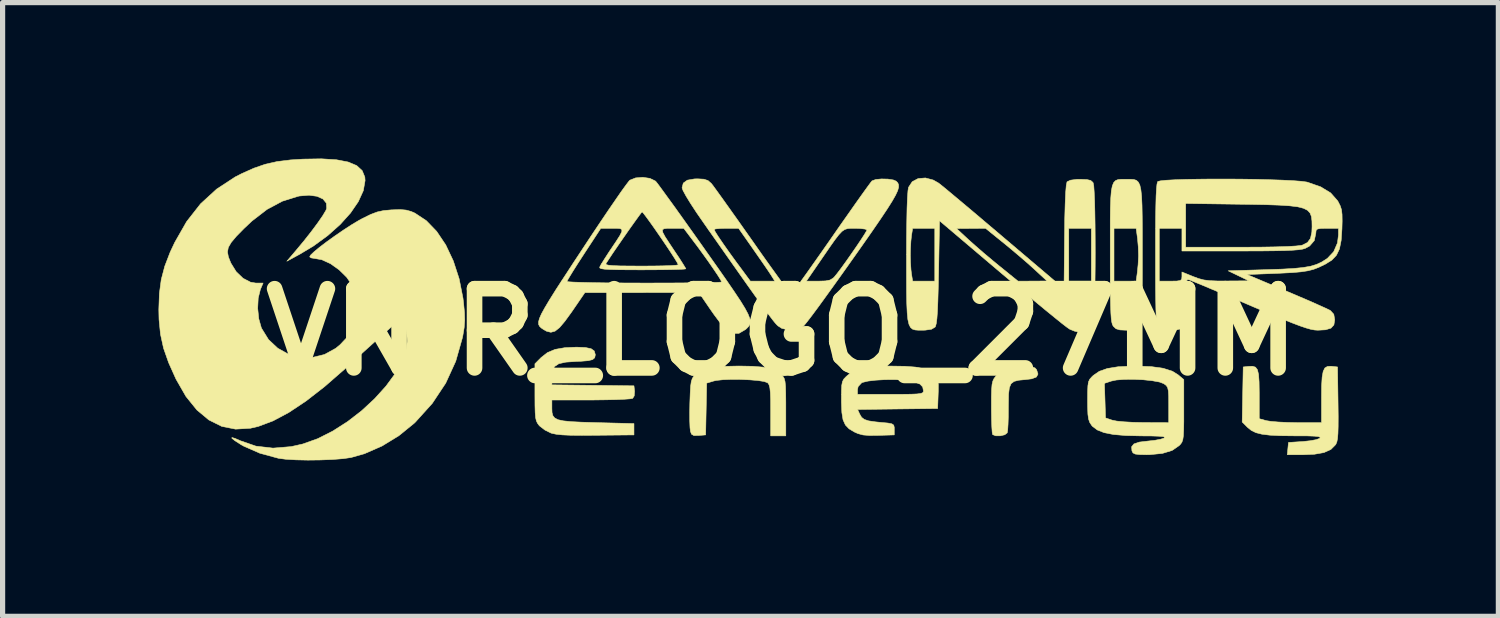
<source format=kicad_pcb>
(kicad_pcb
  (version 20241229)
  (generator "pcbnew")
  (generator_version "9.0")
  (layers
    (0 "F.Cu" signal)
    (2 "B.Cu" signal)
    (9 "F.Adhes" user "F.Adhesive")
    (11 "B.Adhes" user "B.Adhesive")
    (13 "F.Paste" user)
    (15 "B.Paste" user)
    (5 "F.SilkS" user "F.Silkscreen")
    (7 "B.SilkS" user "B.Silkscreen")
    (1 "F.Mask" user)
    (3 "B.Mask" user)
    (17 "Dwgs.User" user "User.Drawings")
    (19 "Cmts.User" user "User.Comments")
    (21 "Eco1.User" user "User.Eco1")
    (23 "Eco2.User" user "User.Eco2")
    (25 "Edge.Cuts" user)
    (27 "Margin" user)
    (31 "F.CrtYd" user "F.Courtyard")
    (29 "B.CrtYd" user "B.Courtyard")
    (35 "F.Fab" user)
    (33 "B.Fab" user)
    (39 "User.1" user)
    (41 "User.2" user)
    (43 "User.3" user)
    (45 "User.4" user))
  (footprint "AVNIR_LOGO_27MM"
    (layer "F.Cu")
    (at 11.34 3.338)
    (property "Reference" "AVNIR_LOGO_27MM" (at 0 0 0) (layer "F.SilkS") (effects (font (size 1.524 1.524) (thickness 0.3))))
    (attr through_hole)
    (fp_poly (pts (xy 5.425 0.656) (xy 5.52 0.69) (xy 5.55 0.723) (xy 5.577 0.807) (xy 5.547 0.864) (xy 5.456 0.899) (xy 5.335 0.914) (xy 5.206 0.926) (xy 5.116 0.949) (xy 5.059 0.993) (xy 5.026 1.071) (xy 5.011 1.194) (xy 5.008 1.374) (xy 5.007 1.453) (xy 5.006 1.626) (xy 5.001 1.777) (xy 4.994 1.887) (xy 4.985 1.938) (xy 4.938 1.975) (xy 4.854 1.995) (xy 4.764 1.995) (xy 4.705 1.972) (xy 4.696 1.928) (xy 4.689 1.826) (xy 4.684 1.68) (xy 4.681 1.503) (xy 4.681 1.448) (xy 4.681 1.248) (xy 4.685 1.106) (xy 4.693 1.009) (xy 4.708 0.943) (xy 4.731 0.894) (xy 4.766 0.848) (xy 4.771 0.842) (xy 4.865 0.766) (xy 4.996 0.707) (xy 5.145 0.667) (xy 5.294 0.649) (xy 5.425 0.656)) (stroke (width 0.01) (type solid)) (fill yes) (layer "F.SilkS"))
    (fp_poly (pts (xy -0.174 0.653) (xy 0.086 0.658) (xy 0.285 0.674) (xy 0.435 0.703) (xy 0.547 0.748) (xy 0.632 0.811) (xy 0.64 0.818) (xy 0.673 0.854) (xy 0.696 0.894) (xy 0.711 0.951) (xy 0.72 1.037) (xy 0.724 1.165) (xy 0.726 1.347) (xy 0.726 1.45) (xy 0.726 1.996) (xy 0.435 1.996) (xy 0.435 1.51) (xy 0.434 1.307) (xy 0.429 1.165) (xy 0.419 1.071) (xy 0.403 1.013) (xy 0.38 0.979) (xy 0.376 0.975) (xy 0.311 0.951) (xy 0.192 0.932) (xy 0.035 0.919) (xy -0.141 0.911) (xy -0.319 0.91) (xy -0.481 0.916) (xy -0.61 0.93) (xy -0.66 0.941) (xy -0.796 0.982) (xy -0.806 1.48) (xy -0.816 1.978) (xy -0.951 1.989) (xy -1.043 1.99) (xy -1.088 1.964) (xy -1.109 1.908) (xy -1.117 1.837) (xy -1.122 1.711) (xy -1.123 1.548) (xy -1.12 1.365) (xy -1.12 1.364) (xy -1.113 1.173) (xy -1.105 1.04) (xy -1.092 0.951) (xy -1.072 0.891) (xy -1.042 0.845) (xy -1.022 0.823) (xy -0.938 0.757) (xy -0.821 0.708) (xy -0.662 0.676) (xy -0.45 0.659) (xy -0.177 0.653) (xy -0.174 0.653)) (stroke (width 0.01) (type solid)) (fill yes) (layer "F.SilkS"))
    (fp_poly (pts (xy 9.761 0.675) (xy 9.798 0.724) (xy 9.82 0.815) (xy 9.83 0.957) (xy 9.833 1.159) (xy 9.833 1.2) (xy 9.833 1.666) (xy 9.97 1.704) (xy 10.059 1.718) (xy 10.201 1.73) (xy 10.376 1.738) (xy 10.566 1.742) (xy 10.568 1.742) (xy 11.031 1.742) (xy 11.031 1.259) (xy 11.033 1.031) (xy 11.043 0.867) (xy 11.063 0.757) (xy 11.095 0.691) (xy 11.145 0.661) (xy 11.214 0.657) (xy 11.232 0.659) (xy 11.339 0.671) (xy 11.349 1.375) (xy 11.352 1.626) (xy 11.351 1.815) (xy 11.347 1.952) (xy 11.339 2.048) (xy 11.326 2.113) (xy 11.307 2.158) (xy 11.301 2.167) (xy 11.212 2.257) (xy 11.079 2.317) (xy 10.893 2.35) (xy 10.685 2.359) (xy 10.373 2.359) (xy 10.384 2.241) (xy 10.396 2.123) (xy 10.675 2.105) (xy 10.815 2.09) (xy 10.929 2.069) (xy 10.995 2.045) (xy 11 2.041) (xy 11.005 2.023) (xy 10.972 2.01) (xy 10.893 2.002) (xy 10.76 1.997) (xy 10.565 1.996) (xy 10.503 1.996) (xy 10.24 1.993) (xy 10.037 1.983) (xy 9.884 1.964) (xy 9.769 1.935) (xy 9.681 1.892) (xy 9.608 1.833) (xy 9.601 1.826) (xy 9.505 1.73) (xy 9.515 1.201) (xy 9.525 0.671) (xy 9.627 0.66) (xy 9.705 0.657) (xy 9.761 0.675)) (stroke (width 0.01) (type solid)) (fill yes) (layer "F.SilkS"))
    (fp_poly (pts (xy -3.129 0.297) (xy -3.019 0.32) (xy -2.959 0.363) (xy -2.939 0.431) (xy -2.939 0.441) (xy -2.95 0.494) (xy -2.991 0.529) (xy -3.074 0.55) (xy -3.212 0.561) (xy -3.309 0.565) (xy -3.505 0.578) (xy -3.64 0.608) (xy -3.723 0.663) (xy -3.764 0.749) (xy -3.774 0.853) (xy -3.774 1.015) (xy -2.985 1.024) (xy -2.195 1.034) (xy -2.183 1.139) (xy -2.19 1.227) (xy -2.22 1.275) (xy -2.269 1.284) (xy -2.38 1.292) (xy -2.539 1.299) (xy -2.737 1.303) (xy -2.961 1.306) (xy -3.021 1.306) (xy -3.774 1.306) (xy -3.774 1.468) (xy -3.771 1.547) (xy -3.755 1.608) (xy -3.719 1.653) (xy -3.655 1.686) (xy -3.552 1.708) (xy -3.403 1.723) (xy -3.2 1.733) (xy -2.933 1.741) (xy -2.903 1.742) (xy -2.195 1.76) (xy -2.195 1.978) (xy -2.921 1.985) (xy -3.197 1.987) (xy -3.41 1.985) (xy -3.57 1.978) (xy -3.686 1.966) (xy -3.769 1.949) (xy -3.792 1.942) (xy -3.907 1.885) (xy -4.005 1.81) (xy -4.019 1.796) (xy -4.05 1.755) (xy -4.072 1.709) (xy -4.087 1.646) (xy -4.095 1.552) (xy -4.099 1.415) (xy -4.1 1.221) (xy -4.1 1.155) (xy -4.1 0.61) (xy -3.981 0.49) (xy -3.86 0.395) (xy -3.712 0.333) (xy -3.523 0.3) (xy -3.3 0.29) (xy -3.129 0.297)) (stroke (width 0.01) (type solid)) (fill yes) (layer "F.SilkS"))
    (fp_poly (pts (xy 7.285 -2.939) (xy 7.36 -2.939) (xy 7.421 -2.935) (xy 7.47 -2.919) (xy 7.507 -2.885) (xy 7.536 -2.828) (xy 7.556 -2.739) (xy 7.57 -2.613) (xy 7.578 -2.442) (xy 7.582 -2.221) (xy 7.584 -1.942) (xy 7.584 -1.599) (xy 7.584 -1.488) (xy 7.584 -1.125) (xy 7.583 -0.829) (xy 7.58 -0.591) (xy 7.573 -0.407) (xy 7.561 -0.268) (xy 7.542 -0.17) (xy 7.516 -0.104) (xy 7.48 -0.064) (xy 7.433 -0.044) (xy 7.375 -0.037) (xy 7.303 -0.036) (xy 7.275 -0.036) (xy 7.152 -0.042) (xy 7.078 -0.064) (xy 7.028 -0.11) (xy 7.023 -0.117) (xy 7.008 -0.147) (xy 6.996 -0.193) (xy 6.986 -0.264) (xy 6.979 -0.366) (xy 6.974 -0.506) (xy 6.97 -0.692) (xy 6.968 -0.93) (xy 6.967 -1.228) (xy 6.967 -1.508) (xy 6.967 -1.868) (xy 6.967 -1.996) (xy 7.039 -1.996) (xy 7.039 -0.98) (xy 7.465 -0.98) (xy 7.488 -1.148) (xy 7.503 -1.298) (xy 7.511 -1.456) (xy 7.511 -1.488) (xy 7.506 -1.639) (xy 7.492 -1.797) (xy 7.488 -1.827) (xy 7.465 -1.996) (xy 7.039 -1.996) (xy 6.967 -1.996) (xy 6.967 -2.162) (xy 6.97 -2.397) (xy 6.977 -2.579) (xy 6.988 -2.715) (xy 7.007 -2.812) (xy 7.033 -2.876) (xy 7.069 -2.914) (xy 7.116 -2.933) (xy 7.176 -2.939) (xy 7.25 -2.939) (xy 7.285 -2.939)) (stroke (width 0.01) (type solid)) (fill yes) (layer "F.SilkS"))
    (fp_poly (pts (xy 3.018 0.658) (xy 3.218 0.673) (xy 3.368 0.702) (xy 3.481 0.745) (xy 3.567 0.807) (xy 3.58 0.819) (xy 3.625 0.871) (xy 3.65 0.927) (xy 3.66 1.009) (xy 3.659 1.137) (xy 3.657 1.188) (xy 3.647 1.47) (xy 2.877 1.479) (xy 2.107 1.489) (xy 2.147 1.577) (xy 2.183 1.639) (xy 2.235 1.68) (xy 2.319 1.708) (xy 2.45 1.727) (xy 2.558 1.738) (xy 2.691 1.75) (xy 2.766 1.765) (xy 2.802 1.79) (xy 2.812 1.833) (xy 2.812 1.869) (xy 2.812 1.978) (xy 2.504 1.987) (xy 2.334 1.989) (xy 2.212 1.979) (xy 2.115 1.953) (xy 2.047 1.923) (xy 1.943 1.861) (xy 1.872 1.787) (xy 1.827 1.687) (xy 1.804 1.546) (xy 1.796 1.351) (xy 1.796 1.298) (xy 1.797 1.133) (xy 1.798 1.108) (xy 2.105 1.108) (xy 2.105 1.197) (xy 2.74 1.197) (xy 2.969 1.197) (xy 3.136 1.195) (xy 3.25 1.19) (xy 3.32 1.181) (xy 3.358 1.168) (xy 3.372 1.148) (xy 3.374 1.134) (xy 3.359 1.055) (xy 3.306 1) (xy 3.201 0.959) (xy 3.121 0.94) (xy 2.987 0.922) (xy 2.818 0.914) (xy 2.634 0.915) (xy 2.457 0.925) (xy 2.306 0.943) (xy 2.202 0.968) (xy 2.185 0.976) (xy 2.117 1.049) (xy 2.105 1.108) (xy 1.798 1.108) (xy 1.802 1.024) (xy 1.816 0.953) (xy 1.842 0.903) (xy 1.886 0.857) (xy 1.912 0.834) (xy 2.004 0.764) (xy 2.109 0.715) (xy 2.241 0.681) (xy 2.413 0.662) (xy 2.637 0.654) (xy 2.758 0.654) (xy 3.018 0.658)) (stroke (width 0.01) (type solid)) (fill yes) (layer "F.SilkS"))
    (fp_poly (pts (xy 7.754 0.664) (xy 7.988 0.697) (xy 8.164 0.754) (xy 8.274 0.823) (xy 8.382 0.914) (xy 8.382 1.504) (xy 8.382 1.724) (xy 8.379 1.883) (xy 8.374 1.993) (xy 8.363 2.067) (xy 8.346 2.117) (xy 8.321 2.154) (xy 8.292 2.184) (xy 8.157 2.277) (xy 7.97 2.334) (xy 7.726 2.358) (xy 7.664 2.359) (xy 7.527 2.356) (xy 7.447 2.346) (xy 7.404 2.324) (xy 7.384 2.285) (xy 7.384 2.284) (xy 7.378 2.206) (xy 7.423 2.151) (xy 7.527 2.116) (xy 7.687 2.097) (xy 7.824 2.082) (xy 7.939 2.06) (xy 8.004 2.038) (xy 8.016 2.022) (xy 7.983 2.01) (xy 7.898 2.003) (xy 7.754 1.998) (xy 7.563 1.997) (xy 7.264 1.99) (xy 7.029 1.97) (xy 6.85 1.935) (xy 6.718 1.883) (xy 6.625 1.813) (xy 6.606 1.79) (xy 6.572 1.737) (xy 6.55 1.673) (xy 6.537 1.58) (xy 6.532 1.442) (xy 6.531 1.316) (xy 6.532 1.146) (xy 6.537 1.032) (xy 6.545 0.986) (xy 6.855 0.986) (xy 6.866 1.319) (xy 6.876 1.651) (xy 7.003 1.694) (xy 7.09 1.712) (xy 7.233 1.726) (xy 7.413 1.736) (xy 7.611 1.74) (xy 8.092 1.742) (xy 8.092 1.398) (xy 8.091 1.237) (xy 8.085 1.133) (xy 8.071 1.068) (xy 8.045 1.028) (xy 8.002 0.996) (xy 7.997 0.992) (xy 7.911 0.96) (xy 7.771 0.935) (xy 7.599 0.917) (xy 7.414 0.909) (xy 7.235 0.91) (xy 7.083 0.922) (xy 6.989 0.942) (xy 6.855 0.986) (xy 6.545 0.986) (xy 6.549 0.957) (xy 6.573 0.906) (xy 6.613 0.861) (xy 6.641 0.834) (xy 6.756 0.755) (xy 6.912 0.7) (xy 7.118 0.667) (xy 7.383 0.654) (xy 7.457 0.653) (xy 7.754 0.664)) (stroke (width 0.01) (type solid)) (fill yes) (layer "F.SilkS"))
    (fp_poly (pts (xy 3.562 -2.925) (xy 3.664 -2.867) (xy 3.714 -2.828) (xy 3.812 -2.748) (xy 3.952 -2.631) (xy 4.129 -2.483) (xy 4.335 -2.31) (xy 4.564 -2.116) (xy 4.81 -1.908) (xy 4.922 -1.813) (xy 6.078 -0.832) (xy 6.088 -1.837) (xy 6.09 -1.996) (xy 6.169 -1.996) (xy 6.169 -0.98) (xy 6.604 -0.98) (xy 6.604 -1.996) (xy 6.169 -1.996) (xy 6.09 -1.996) (xy 6.092 -2.19) (xy 6.1 -2.472) (xy 6.109 -2.682) (xy 6.121 -2.821) (xy 6.135 -2.887) (xy 6.137 -2.891) (xy 6.202 -2.922) (xy 6.324 -2.938) (xy 6.389 -2.939) (xy 6.517 -2.934) (xy 6.591 -2.917) (xy 6.632 -2.881) (xy 6.639 -2.869) (xy 6.65 -2.813) (xy 6.658 -2.695) (xy 6.666 -2.525) (xy 6.671 -2.313) (xy 6.675 -2.07) (xy 6.677 -1.806) (xy 6.678 -1.531) (xy 6.677 -1.255) (xy 6.674 -0.99) (xy 6.67 -0.744) (xy 6.664 -0.529) (xy 6.656 -0.355) (xy 6.647 -0.232) (xy 6.637 -0.17) (xy 6.636 -0.169) (xy 6.56 -0.077) (xy 6.445 -0.015) (xy 6.357 -0.001) (xy 6.283 -0.017) (xy 6.188 -0.055) (xy 6.187 -0.056) (xy 6.136 -0.091) (xy 6.037 -0.167) (xy 5.896 -0.281) (xy 5.718 -0.426) (xy 5.51 -0.598) (xy 5.279 -0.791) (xy 5.03 -1) (xy 4.88 -1.126) (xy 3.859 -1.992) (xy 4.01 -1.992) (xy 4.245 -1.774) (xy 4.373 -1.66) (xy 4.534 -1.52) (xy 4.707 -1.375) (xy 4.837 -1.268) (xy 5.193 -0.98) (xy 5.472 -0.981) (xy 5.751 -0.983) (xy 5.515 -1.201) (xy 5.388 -1.316) (xy 5.227 -1.455) (xy 5.054 -1.601) (xy 4.924 -1.708) (xy 4.568 -1.996) (xy 4.289 -1.994) (xy 4.01 -1.992) (xy 3.859 -1.992) (xy 3.683 -2.141) (xy 3.665 -1.149) (xy 3.658 -0.835) (xy 3.651 -0.588) (xy 3.643 -0.399) (xy 3.633 -0.262) (xy 3.621 -0.169) (xy 3.607 -0.114) (xy 3.597 -0.096) (xy 3.529 -0.055) (xy 3.406 -0.037) (xy 3.354 -0.036) (xy 3.276 -0.036) (xy 3.213 -0.041) (xy 3.163 -0.057) (xy 3.124 -0.091) (xy 3.095 -0.15) (xy 3.074 -0.241) (xy 3.061 -0.37) (xy 3.053 -0.543) (xy 3.049 -0.769) (xy 3.048 -1.053) (xy 3.048 -1.403) (xy 3.048 -1.436) (xy 3.048 -1.488) (xy 3.121 -1.488) (xy 3.125 -1.338) (xy 3.134 -1.197) (xy 3.144 -1.116) (xy 3.166 -0.98) (xy 3.592 -0.98) (xy 3.592 -1.996) (xy 3.166 -1.996) (xy 3.144 -1.86) (xy 3.132 -1.748) (xy 3.124 -1.601) (xy 3.121 -1.488) (xy 3.048 -1.488) (xy 3.049 -1.806) (xy 3.053 -2.124) (xy 3.058 -2.384) (xy 3.066 -2.585) (xy 3.076 -2.72) (xy 3.087 -2.785) (xy 3.158 -2.893) (xy 3.271 -2.953) (xy 3.411 -2.965) (xy 3.562 -2.925)) (stroke (width 0.01) (type solid)) (fill yes) (layer "F.SilkS"))
    (fp_poly (pts (xy -0.85 -2.941) (xy -0.771 -2.915) (xy -0.708 -2.86) (xy -0.705 -2.857) (xy -0.666 -2.806) (xy -0.591 -2.703) (xy -0.486 -2.557) (xy -0.355 -2.373) (xy -0.204 -2.161) (xy -0.039 -1.927) (xy 0.089 -1.746) (xy 0.257 -1.506) (xy 0.413 -1.287) (xy 0.552 -1.094) (xy 0.667 -0.935) (xy 0.755 -0.817) (xy 0.811 -0.746) (xy 0.829 -0.727) (xy 0.854 -0.757) (xy 0.916 -0.839) (xy 1.01 -0.967) (xy 1.018 -0.98) (xy 1.121 -0.98) (xy 1.352 -0.98) (xy 1.488 -0.984) (xy 1.575 -1.001) (xy 1.635 -1.037) (xy 1.66 -1.061) (xy 1.713 -1.126) (xy 1.791 -1.229) (xy 1.885 -1.359) (xy 1.986 -1.503) (xy 2.085 -1.646) (xy 2.173 -1.777) (xy 2.241 -1.882) (xy 2.28 -1.949) (xy 2.286 -1.964) (xy 2.253 -1.981) (xy 2.167 -1.992) (xy 2.065 -1.996) (xy 1.982 -1.996) (xy 1.916 -1.991) (xy 1.861 -1.974) (xy 1.806 -1.937) (xy 1.745 -1.872) (xy 1.668 -1.772) (xy 1.567 -1.629) (xy 1.434 -1.435) (xy 1.414 -1.406) (xy 1.121 -0.98) (xy 1.018 -0.98) (xy 1.13 -1.136) (xy 1.272 -1.337) (xy 1.432 -1.564) (xy 1.597 -1.8) (xy 1.769 -2.048) (xy 1.931 -2.278) (xy 2.075 -2.483) (xy 2.198 -2.656) (xy 2.294 -2.789) (xy 2.358 -2.876) (xy 2.385 -2.909) (xy 2.455 -2.935) (xy 2.566 -2.946) (xy 2.69 -2.943) (xy 2.796 -2.926) (xy 2.849 -2.903) (xy 2.879 -2.872) (xy 2.895 -2.835) (xy 2.896 -2.787) (xy 2.878 -2.721) (xy 2.837 -2.633) (xy 2.771 -2.517) (xy 2.677 -2.368) (xy 2.552 -2.181) (xy 2.393 -1.949) (xy 2.196 -1.667) (xy 2.031 -1.433) (xy 1.841 -1.165) (xy 1.661 -0.913) (xy 1.496 -0.684) (xy 1.351 -0.484) (xy 1.23 -0.321) (xy 1.138 -0.201) (xy 1.081 -0.131) (xy 1.069 -0.118) (xy 0.942 -0.051) (xy 0.792 -0.036) (xy 0.648 -0.072) (xy 0.577 -0.118) (xy 0.552 -0.141) (xy 0.52 -0.177) (xy 0.478 -0.229) (xy 0.423 -0.301) (xy 0.35 -0.398) (xy 0.258 -0.525) (xy 0.143 -0.686) (xy 0.002 -0.884) (xy -0.168 -1.125) (xy -0.371 -1.413) (xy -0.609 -1.752) (xy -0.766 -1.975) (xy -0.653 -1.975) (xy -0.632 -1.93) (xy -0.572 -1.835) (xy -0.477 -1.696) (xy -0.353 -1.52) (xy -0.204 -1.315) (xy -0.19 -1.297) (xy 0.044 -0.98) (xy 0.515 -0.98) (xy 0.441 -1.098) (xy 0.392 -1.172) (xy 0.311 -1.291) (xy 0.21 -1.436) (xy 0.1 -1.594) (xy 0.092 -1.606) (xy -0.182 -1.996) (xy -0.418 -1.996) (xy -0.538 -1.993) (xy -0.623 -1.985) (xy -0.653 -1.975) (xy -0.766 -1.975) (xy -0.866 -2.118) (xy -0.996 -2.306) (xy -1.107 -2.476) (xy -1.194 -2.618) (xy -1.25 -2.721) (xy -1.27 -2.775) (xy -1.246 -2.866) (xy -1.169 -2.922) (xy -1.033 -2.946) (xy -0.973 -2.948) (xy -0.85 -2.941)) (stroke (width 0.01) (type solid)) (fill yes) (layer "F.SilkS"))
    (fp_poly (pts (xy -1.889 -2.957) (xy -1.785 -2.907) (xy -1.771 -2.894) (xy -1.734 -2.847) (xy -1.661 -2.748) (xy -1.555 -2.602) (xy -1.421 -2.418) (xy -1.266 -2.201) (xy -1.093 -1.958) (xy -0.907 -1.696) (xy -0.824 -1.578) (xy -0.598 -1.258) (xy -0.412 -0.992) (xy -0.262 -0.773) (xy -0.145 -0.597) (xy -0.059 -0.457) (xy -0.001 -0.348) (xy 0.032 -0.264) (xy 0.043 -0.2) (xy 0.035 -0.15) (xy 0.01 -0.108) (xy -0.028 -0.068) (xy -0.05 -0.049) (xy -0.175 0.024) (xy -0.299 0.024) (xy -0.408 -0.035) (xy -0.466 -0.095) (xy -0.551 -0.198) (xy -0.65 -0.33) (xy -0.723 -0.434) (xy -0.947 -0.762) (xy -2.043 -0.76) (xy -3.139 -0.759) (xy -3.393 -0.388) (xy -3.523 -0.209) (xy -3.626 -0.087) (xy -3.713 -0.018) (xy -3.793 0.004) (xy -3.875 -0.016) (xy -3.937 -0.051) (xy -3.979 -0.08) (xy -4.011 -0.111) (xy -4.029 -0.147) (xy -4.031 -0.196) (xy -4.013 -0.262) (xy -3.974 -0.351) (xy -3.909 -0.469) (xy -3.818 -0.622) (xy -3.697 -0.815) (xy -3.594 -0.974) (xy -3.483 -0.974) (xy -3.448 -0.967) (xy -3.348 -0.961) (xy -3.191 -0.956) (xy -2.984 -0.951) (xy -2.734 -0.947) (xy -2.45 -0.945) (xy -2.139 -0.944) (xy -1.996 -0.943) (xy -1.675 -0.944) (xy -1.378 -0.945) (xy -1.113 -0.947) (xy -0.886 -0.95) (xy -0.706 -0.954) (xy -0.579 -0.957) (xy -0.515 -0.962) (xy -0.508 -0.964) (xy -0.528 -1.006) (xy -0.584 -1.095) (xy -0.667 -1.218) (xy -0.768 -1.364) (xy -0.881 -1.521) (xy -0.996 -1.678) (xy -1.024 -1.714) (xy -1.237 -1.996) (xy -1.457 -1.996) (xy -1.555 -1.995) (xy -1.619 -1.988) (xy -1.648 -1.965) (xy -1.64 -1.916) (xy -1.595 -1.832) (xy -1.512 -1.705) (xy -1.417 -1.562) (xy -1.327 -1.428) (xy -1.256 -1.317) (xy -1.21 -1.242) (xy -1.197 -1.217) (xy -1.232 -1.211) (xy -1.329 -1.206) (xy -1.479 -1.202) (xy -1.67 -1.199) (xy -1.894 -1.198) (xy -2.036 -1.197) (xy -2.306 -1.198) (xy -2.511 -1.2) (xy -2.66 -1.204) (xy -2.761 -1.21) (xy -2.822 -1.219) (xy -2.85 -1.232) (xy -2.855 -1.248) (xy -2.853 -1.252) (xy -2.825 -1.305) (xy -2.818 -1.315) (xy -2.735 -1.315) (xy -2.73 -1.299) (xy -2.688 -1.287) (xy -2.602 -1.279) (xy -2.465 -1.273) (xy -2.268 -1.271) (xy -2.052 -1.27) (xy -1.834 -1.271) (xy -1.643 -1.274) (xy -1.491 -1.279) (xy -1.387 -1.286) (xy -1.343 -1.293) (xy -1.343 -1.294) (xy -1.362 -1.335) (xy -1.414 -1.421) (xy -1.491 -1.54) (xy -1.585 -1.681) (xy -1.688 -1.832) (xy -1.79 -1.98) (xy -1.885 -2.114) (xy -1.964 -2.222) (xy -2.018 -2.292) (xy -2.039 -2.312) (xy -2.065 -2.282) (xy -2.123 -2.203) (xy -2.205 -2.089) (xy -2.303 -1.951) (xy -2.408 -1.8) (xy -2.512 -1.65) (xy -2.607 -1.511) (xy -2.683 -1.396) (xy -2.734 -1.317) (xy -2.735 -1.315) (xy -2.818 -1.315) (xy -2.765 -1.401) (xy -2.687 -1.522) (xy -2.656 -1.569) (xy -2.542 -1.738) (xy -2.467 -1.855) (xy -2.429 -1.93) (xy -2.428 -1.973) (xy -2.462 -1.991) (xy -2.531 -1.996) (xy -2.613 -1.996) (xy -2.833 -1.996) (xy -3.158 -1.5) (xy -3.267 -1.332) (xy -3.361 -1.184) (xy -3.432 -1.068) (xy -3.475 -0.994) (xy -3.483 -0.974) (xy -3.594 -0.974) (xy -3.542 -1.053) (xy -3.353 -1.343) (xy -3.209 -1.561) (xy -3.026 -1.839) (xy -2.852 -2.099) (xy -2.693 -2.335) (xy -2.552 -2.54) (xy -2.436 -2.708) (xy -2.346 -2.832) (xy -2.29 -2.905) (xy -2.274 -2.922) (xy -2.163 -2.966) (xy -2.025 -2.977) (xy -1.889 -2.957)) (stroke (width 0.01) (type solid)) (fill yes) (layer "F.SilkS"))
    (fp_poly (pts (xy 9.491 -2.942) (xy 9.771 -2.938) (xy 10.034 -2.931) (xy 10.273 -2.923) (xy 10.478 -2.913) (xy 10.638 -2.901) (xy 10.743 -2.887) (xy 10.76 -2.883) (xy 11.015 -2.794) (xy 11.207 -2.677) (xy 11.338 -2.529) (xy 11.352 -2.506) (xy 11.391 -2.429) (xy 11.415 -2.355) (xy 11.426 -2.263) (xy 11.428 -2.134) (xy 11.424 -1.985) (xy 11.409 -1.764) (xy 11.376 -1.599) (xy 11.318 -1.478) (xy 11.229 -1.384) (xy 11.1 -1.304) (xy 11.092 -1.301) (xy 10.981 -1.247) (xy 10.878 -1.207) (xy 10.768 -1.179) (xy 10.636 -1.159) (xy 10.467 -1.144) (xy 10.246 -1.133) (xy 10.16 -1.129) (xy 9.598 -1.107) (xy 10.36 -0.786) (xy 10.583 -0.691) (xy 10.789 -0.603) (xy 10.964 -0.525) (xy 11.1 -0.464) (xy 11.184 -0.424) (xy 11.203 -0.413) (xy 11.267 -0.343) (xy 11.285 -0.236) (xy 11.269 -0.138) (xy 11.213 -0.076) (xy 11.107 -0.044) (xy 10.96 -0.036) (xy 10.899 -0.04) (xy 10.827 -0.053) (xy 10.735 -0.079) (xy 10.617 -0.119) (xy 10.464 -0.177) (xy 10.269 -0.255) (xy 10.024 -0.357) (xy 9.722 -0.485) (xy 9.66 -0.512) (xy 9.391 -0.626) (xy 9.142 -0.732) (xy 8.921 -0.825) (xy 8.736 -0.903) (xy 8.595 -0.961) (xy 8.507 -0.997) (xy 8.482 -1.006) (xy 8.455 -1.008) (xy 8.437 -0.988) (xy 8.426 -0.934) (xy 8.42 -0.834) (xy 8.418 -0.678) (xy 8.418 -0.601) (xy 8.415 -0.426) (xy 8.407 -0.274) (xy 8.394 -0.16) (xy 8.381 -0.106) (xy 8.321 -0.062) (xy 8.217 -0.037) (xy 8.095 -0.033) (xy 7.98 -0.05) (xy 7.899 -0.09) (xy 7.895 -0.093) (xy 7.88 -0.116) (xy 7.868 -0.154) (xy 7.858 -0.216) (xy 7.851 -0.308) (xy 7.845 -0.437) (xy 7.842 -0.61) (xy 7.839 -0.834) (xy 7.838 -1.116) (xy 7.838 -1.463) (xy 7.838 -1.501) (xy 7.838 -1.878) (xy 7.839 -1.996) (xy 7.91 -1.996) (xy 7.91 -0.98) (xy 8.128 -0.98) (xy 8.249 -0.982) (xy 8.314 -0.992) (xy 8.341 -1.018) (xy 8.346 -1.067) (xy 8.346 -1.068) (xy 8.346 -1.156) (xy 8.563 -1.068) (xy 8.668 -1.029) (xy 8.768 -1.003) (xy 8.881 -0.989) (xy 9.027 -0.983) (xy 9.207 -0.983) (xy 9.634 -0.986) (xy 9.434 -1.083) (xy 9.235 -1.179) (xy 9.979 -1.201) (xy 10.269 -1.211) (xy 10.498 -1.224) (xy 10.677 -1.242) (xy 10.817 -1.266) (xy 10.931 -1.3) (xy 11.03 -1.345) (xy 11.124 -1.404) (xy 11.146 -1.42) (xy 11.265 -1.546) (xy 11.338 -1.715) (xy 11.357 -1.868) (xy 11.357 -1.996) (xy 11.14 -1.996) (xy 11.019 -1.994) (xy 10.954 -1.983) (xy 10.927 -1.957) (xy 10.922 -1.908) (xy 10.922 -1.903) (xy 10.892 -1.76) (xy 10.802 -1.656) (xy 10.721 -1.612) (xy 10.669 -1.596) (xy 10.591 -1.584) (xy 10.479 -1.575) (xy 10.326 -1.568) (xy 10.123 -1.564) (xy 9.865 -1.561) (xy 9.542 -1.56) (xy 9.472 -1.56) (xy 8.346 -1.56) (xy 8.346 -1.633) (xy 8.418 -1.633) (xy 9.483 -1.633) (xy 9.838 -1.634) (xy 10.134 -1.639) (xy 10.37 -1.646) (xy 10.54 -1.656) (xy 10.643 -1.668) (xy 10.663 -1.673) (xy 10.761 -1.723) (xy 10.819 -1.802) (xy 10.845 -1.923) (xy 10.849 -2.032) (xy 10.847 -2.136) (xy 10.837 -2.222) (xy 10.811 -2.289) (xy 10.763 -2.342) (xy 10.686 -2.381) (xy 10.573 -2.41) (xy 10.418 -2.429) (xy 10.213 -2.442) (xy 9.953 -2.451) (xy 9.629 -2.457) (xy 9.48 -2.459) (xy 8.418 -2.474) (xy 8.418 -1.633) (xy 8.346 -1.633) (xy 8.346 -1.996) (xy 7.91 -1.996) (xy 7.839 -1.996) (xy 7.84 -2.188) (xy 7.844 -2.434) (xy 7.849 -2.623) (xy 7.857 -2.759) (xy 7.866 -2.846) (xy 7.878 -2.89) (xy 7.881 -2.896) (xy 7.931 -2.909) (xy 8.044 -2.921) (xy 8.209 -2.93) (xy 8.418 -2.937) (xy 8.66 -2.941) (xy 8.927 -2.944) (xy 9.207 -2.944) (xy 9.491 -2.942)) (stroke (width 0.01) (type solid)) (fill yes) (layer "F.SilkS"))
    (fp_poly (pts (xy -7.919 -3.315) (xy -7.694 -3.272) (xy -7.529 -3.203) (xy -7.423 -3.106) (xy -7.372 -2.982) (xy -7.367 -2.915) (xy -7.401 -2.721) (xy -7.497 -2.51) (xy -7.647 -2.291) (xy -7.846 -2.07) (xy -8.086 -1.856) (xy -8.36 -1.656) (xy -8.618 -1.501) (xy -8.872 -1.363) (xy -8.709 -1.555) (xy -8.548 -1.748) (xy -8.402 -1.933) (xy -8.277 -2.101) (xy -8.181 -2.24) (xy -8.121 -2.341) (xy -8.106 -2.379) (xy -8.112 -2.48) (xy -8.177 -2.56) (xy -8.291 -2.612) (xy -8.445 -2.633) (xy -8.627 -2.618) (xy -8.657 -2.612) (xy -8.958 -2.518) (xy -9.252 -2.361) (xy -9.543 -2.137) (xy -9.697 -1.992) (xy -9.845 -1.841) (xy -9.943 -1.724) (xy -9.998 -1.629) (xy -10.014 -1.541) (xy -9.997 -1.447) (xy -9.951 -1.332) (xy -9.947 -1.324) (xy -9.846 -1.161) (xy -9.715 -1.035) (xy -9.571 -0.96) (xy -9.471 -0.943) (xy -9.329 -0.943) (xy -9.382 -0.818) (xy -9.423 -0.654) (xy -9.433 -0.456) (xy -9.412 -0.255) (xy -9.363 -0.082) (xy -9.359 -0.073) (xy -9.225 0.144) (xy -9.048 0.31) (xy -8.841 0.425) (xy -8.614 0.484) (xy -8.379 0.487) (xy -8.148 0.431) (xy -7.933 0.313) (xy -7.85 0.245) (xy -7.693 0.079) (xy -7.595 -0.085) (xy -7.544 -0.269) (xy -7.531 -0.472) (xy -7.538 -0.646) (xy -7.561 -0.775) (xy -7.606 -0.886) (xy -7.609 -0.891) (xy -7.72 -1.053) (xy -7.867 -1.198) (xy -8.033 -1.316) (xy -8.199 -1.392) (xy -8.33 -1.415) (xy -8.404 -1.427) (xy -8.433 -1.447) (xy -8.415 -1.481) (xy -8.346 -1.547) (xy -8.238 -1.636) (xy -8.101 -1.74) (xy -7.946 -1.851) (xy -7.784 -1.962) (xy -7.627 -2.064) (xy -7.485 -2.149) (xy -7.42 -2.184) (xy -7.262 -2.262) (xy -7.136 -2.31) (xy -7.012 -2.337) (xy -6.861 -2.351) (xy -6.852 -2.351) (xy -6.693 -2.357) (xy -6.578 -2.347) (xy -6.481 -2.32) (xy -6.408 -2.288) (xy -6.189 -2.143) (xy -5.99 -1.937) (xy -5.815 -1.676) (xy -5.67 -1.369) (xy -5.558 -1.026) (xy -5.484 -0.653) (xy -5.473 -0.562) (xy -5.455 -0.372) (xy -5.451 -0.224) (xy -5.461 -0.086) (xy -5.487 0.07) (xy -5.495 0.109) (xy -5.623 0.56) (xy -5.816 0.982) (xy -6.075 1.372) (xy -6.398 1.73) (xy -6.424 1.755) (xy -6.718 1.994) (xy -7.042 2.192) (xy -7.378 2.339) (xy -7.638 2.413) (xy -7.791 2.435) (xy -7.994 2.451) (xy -8.226 2.46) (xy -8.467 2.463) (xy -8.697 2.458) (xy -8.894 2.446) (xy -9.032 2.428) (xy -9.39 2.331) (xy -9.704 2.193) (xy -9.752 2.166) (xy -9.869 2.091) (xy -9.929 2.044) (xy -9.929 2.028) (xy -9.87 2.045) (xy -9.767 2.09) (xy -9.467 2.194) (xy -9.139 2.232) (xy -8.789 2.203) (xy -8.566 2.153) (xy -8.277 2.05) (xy -7.987 1.903) (xy -7.702 1.721) (xy -7.432 1.512) (xy -7.184 1.282) (xy -6.966 1.041) (xy -6.786 0.796) (xy -6.653 0.555) (xy -6.574 0.325) (xy -6.555 0.174) (xy -6.563 0.048) (xy -6.585 -0.077) (xy -6.617 -0.181) (xy -6.653 -0.244) (xy -6.672 -0.254) (xy -6.697 -0.238) (xy -6.757 -0.19) (xy -6.854 -0.106) (xy -6.991 0.015) (xy -7.172 0.178) (xy -7.399 0.383) (xy -7.675 0.635) (xy -7.752 0.705) (xy -8.144 1.047) (xy -8.504 1.327) (xy -8.835 1.547) (xy -9.139 1.709) (xy -9.42 1.814) (xy -9.574 1.85) (xy -9.858 1.867) (xy -10.124 1.814) (xy -10.373 1.69) (xy -10.603 1.498) (xy -10.813 1.238) (xy -11.002 0.909) (xy -11.007 0.899) (xy -11.146 0.589) (xy -11.244 0.31) (xy -11.303 0.04) (xy -11.331 -0.244) (xy -11.335 -0.435) (xy -11.324 -0.743) (xy -11.288 -1.011) (xy -11.221 -1.266) (xy -11.118 -1.534) (xy -11.029 -1.724) (xy -10.8 -2.125) (xy -10.532 -2.467) (xy -10.222 -2.751) (xy -9.866 -2.984) (xy -9.743 -3.047) (xy -9.506 -3.153) (xy -9.286 -3.229) (xy -9.059 -3.28) (xy -8.801 -3.312) (xy -8.563 -3.327) (xy -8.208 -3.333) (xy -7.919 -3.315)) (stroke (width 0.01) (type solid)) (fill yes) (layer "F.SilkS")))
  (gr_rect
    (start -3 -3)
    (end 25.773 8.806)
    (stroke (width 0.1) (type default))
    (fill no)
    (layer "Edge.Cuts")))
</source>
